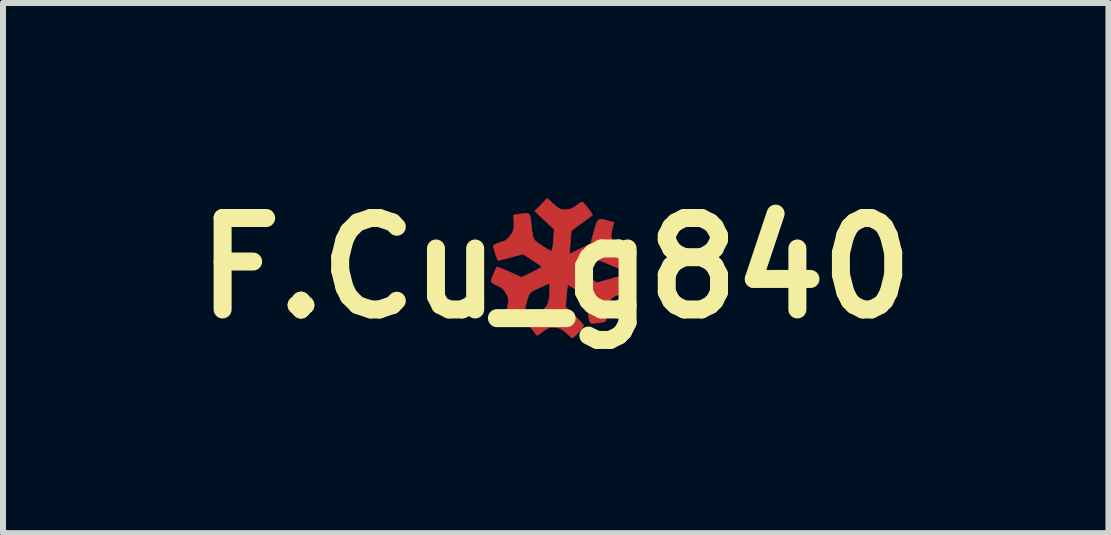
<source format=kicad_pcb>
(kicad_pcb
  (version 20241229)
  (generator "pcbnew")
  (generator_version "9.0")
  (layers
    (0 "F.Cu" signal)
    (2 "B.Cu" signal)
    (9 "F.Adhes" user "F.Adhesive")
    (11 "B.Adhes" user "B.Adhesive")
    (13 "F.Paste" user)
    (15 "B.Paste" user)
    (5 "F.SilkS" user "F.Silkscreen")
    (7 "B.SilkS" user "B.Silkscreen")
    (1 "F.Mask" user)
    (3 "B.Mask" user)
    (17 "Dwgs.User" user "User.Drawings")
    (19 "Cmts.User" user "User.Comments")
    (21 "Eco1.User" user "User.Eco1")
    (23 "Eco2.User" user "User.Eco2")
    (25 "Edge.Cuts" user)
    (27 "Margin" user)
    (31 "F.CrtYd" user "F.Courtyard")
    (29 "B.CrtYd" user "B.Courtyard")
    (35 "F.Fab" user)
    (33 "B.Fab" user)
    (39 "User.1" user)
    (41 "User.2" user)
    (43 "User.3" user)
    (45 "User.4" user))
  (footprint "F.Cu_g840"
    (layer "F.Cu")
    (at 6.212 1.418)
    (property "Reference" "F.Cu_g840" (at 0 0 0) (layer "F.SilkS") (effects (font (size 1.524 1.524) (thickness 0.3))))
    (attr through_hole)
    (fp_poly (pts (xy -0.039 -1.068) (xy 0.02 -1.016) (xy 0.067 -0.987) (xy 0.114 -0.975) (xy 0.16 -0.974) (xy 0.238 -0.982) (xy 0.303 -1.011) (xy 0.339 -1.037) (xy 0.39 -1.075) (xy 0.429 -1.097) (xy 0.44 -1.101) (xy 0.461 -1.086) (xy 0.496 -1.048) (xy 0.537 -0.998) (xy 0.575 -0.946) (xy 0.603 -0.904) (xy 0.612 -0.881) (xy 0.611 -0.88) (xy 0.593 -0.867) (xy 0.549 -0.835) (xy 0.489 -0.791) (xy 0.422 -0.743) (xy 0.357 -0.695) (xy 0.303 -0.656) (xy 0.269 -0.631) (xy 0.262 -0.626) (xy 0.259 -0.606) (xy 0.254 -0.553) (xy 0.247 -0.476) (xy 0.243 -0.428) (xy 0.228 -0.231) (xy 0.406 -0.319) (xy 0.584 -0.407) (xy 0.638 -0.611) (xy 0.665 -0.709) (xy 0.688 -0.771) (xy 0.715 -0.804) (xy 0.755 -0.813) (xy 0.814 -0.803) (xy 0.883 -0.785) (xy 0.97 -0.761) (xy 0.94 -0.648) (xy 0.924 -0.578) (xy 0.922 -0.529) (xy 0.936 -0.479) (xy 0.954 -0.436) (xy 0.989 -0.371) (xy 1.034 -0.326) (xy 1.105 -0.284) (xy 1.107 -0.283) (xy 1.167 -0.253) (xy 1.209 -0.231) (xy 1.223 -0.223) (xy 1.22 -0.201) (xy 1.201 -0.155) (xy 1.175 -0.097) (xy 1.145 -0.041) (xy 1.119 0.003) (xy 1.102 0.021) (xy 1.102 0.021) (xy 1.075 0.013) (xy 1.019 -0.009) (xy 0.944 -0.04) (xy 0.906 -0.056) (xy 0.826 -0.091) (xy 0.76 -0.117) (xy 0.718 -0.131) (xy 0.709 -0.133) (xy 0.681 -0.124) (xy 0.626 -0.101) (xy 0.552 -0.068) (xy 0.521 -0.054) (xy 0.355 0.025) (xy 0.521 0.136) (xy 0.686 0.247) (xy 0.887 0.188) (xy 0.973 0.164) (xy 1.044 0.147) (xy 1.09 0.138) (xy 1.102 0.138) (xy 1.116 0.163) (xy 1.133 0.214) (xy 1.14 0.24) (xy 1.157 0.305) (xy 1.172 0.355) (xy 1.176 0.367) (xy 1.174 0.389) (xy 1.145 0.409) (xy 1.082 0.431) (xy 1.07 0.435) (xy 0.99 0.463) (xy 0.934 0.501) (xy 0.886 0.557) (xy 0.849 0.612) (xy 0.832 0.657) (xy 0.83 0.712) (xy 0.835 0.767) (xy 0.841 0.829) (xy 0.839 0.868) (xy 0.819 0.89) (xy 0.775 0.903) (xy 0.7 0.913) (xy 0.662 0.917) (xy 0.619 0.921) (xy 0.589 0.917) (xy 0.569 0.899) (xy 0.557 0.859) (xy 0.548 0.791) (xy 0.54 0.689) (xy 0.539 0.674) (xy 0.525 0.491) (xy 0.367 0.381) (xy 0.297 0.334) (xy 0.241 0.298) (xy 0.207 0.28) (xy 0.201 0.279) (xy 0.196 0.302) (xy 0.189 0.357) (xy 0.182 0.434) (xy 0.179 0.469) (xy 0.164 0.652) (xy 0.315 0.794) (xy 0.379 0.857) (xy 0.43 0.912) (xy 0.46 0.949) (xy 0.466 0.961) (xy 0.452 0.986) (xy 0.417 1.028) (xy 0.372 1.078) (xy 0.326 1.124) (xy 0.289 1.156) (xy 0.274 1.164) (xy 0.255 1.151) (xy 0.215 1.116) (xy 0.18 1.082) (xy 0.113 1.026) (xy 0.047 0.997) (xy -0.003 0.988) (xy -0.063 0.983) (xy -0.109 0.992) (xy -0.16 1.019) (xy -0.204 1.049) (xy -0.307 1.123) (xy -0.362 1.058) (xy -0.407 1) (xy -0.443 0.944) (xy -0.463 0.901) (xy -0.464 0.882) (xy -0.444 0.867) (xy -0.398 0.833) (xy -0.334 0.786) (xy -0.292 0.756) (xy -0.218 0.7) (xy -0.167 0.656) (xy -0.136 0.612) (xy -0.118 0.557) (xy -0.107 0.482) (xy -0.1 0.376) (xy -0.1 0.376) (xy -0.097 0.31) (xy -0.099 0.266) (xy -0.103 0.254) (xy -0.126 0.262) (xy -0.178 0.285) (xy -0.249 0.317) (xy -0.28 0.331) (xy -0.345 0.362) (xy -0.391 0.386) (xy -0.423 0.411) (xy -0.447 0.446) (xy -0.467 0.497) (xy -0.488 0.572) (xy -0.514 0.679) (xy -0.52 0.705) (xy -0.542 0.783) (xy -0.561 0.825) (xy -0.58 0.838) (xy -0.588 0.837) (xy -0.627 0.825) (xy -0.688 0.808) (xy -0.717 0.801) (xy -0.776 0.786) (xy -0.814 0.775) (xy -0.822 0.772) (xy -0.821 0.75) (xy -0.813 0.699) (xy -0.802 0.643) (xy -0.789 0.569) (xy -0.789 0.519) (xy -0.802 0.472) (xy -0.824 0.426) (xy -0.866 0.361) (xy -0.919 0.317) (xy -0.975 0.29) (xy -1.034 0.26) (xy -1.071 0.232) (xy -1.079 0.219) (xy -1.071 0.189) (xy -1.051 0.136) (xy -1.025 0.073) (xy -0.999 0.016) (xy -0.98 -0.019) (xy -0.959 -0.014) (xy -0.909 0.005) (xy -0.837 0.035) (xy -0.772 0.064) (xy -0.569 0.155) (xy -0.401 0.073) (xy -0.326 0.036) (xy -0.268 0.004) (xy -0.237 -0.016) (xy -0.233 -0.02) (xy -0.25 -0.036) (xy -0.294 -0.069) (xy -0.358 -0.113) (xy -0.39 -0.134) (xy -0.546 -0.235) (xy -0.744 -0.181) (xy -0.83 -0.158) (xy -0.901 -0.14) (xy -0.946 -0.129) (xy -0.957 -0.127) (xy -0.97 -0.145) (xy -0.989 -0.191) (xy -1.009 -0.251) (xy -1.026 -0.312) (xy -1.036 -0.36) (xy -1.037 -0.372) (xy -1.018 -0.392) (xy -0.97 -0.413) (xy -0.927 -0.426) (xy -0.852 -0.452) (xy -0.8 -0.488) (xy -0.754 -0.544) (xy -0.717 -0.603) (xy -0.699 -0.656) (xy -0.695 -0.723) (xy -0.696 -0.758) (xy -0.701 -0.883) (xy -0.621 -0.896) (xy -0.531 -0.91) (xy -0.474 -0.911) (xy -0.441 -0.895) (xy -0.425 -0.857) (xy -0.415 -0.794) (xy -0.415 -0.788) (xy -0.402 -0.669) (xy -0.391 -0.584) (xy -0.38 -0.525) (xy -0.364 -0.484) (xy -0.34 -0.452) (xy -0.304 -0.424) (xy -0.253 -0.389) (xy -0.231 -0.374) (xy -0.162 -0.329) (xy -0.106 -0.297) (xy -0.071 -0.284) (xy -0.066 -0.284) (xy -0.056 -0.309) (xy -0.047 -0.366) (xy -0.038 -0.443) (xy -0.036 -0.471) (xy -0.025 -0.646) (xy -0.187 -0.797) (xy -0.349 -0.949) (xy -0.245 -1.056) (xy -0.141 -1.163) (xy -0.039 -1.068)) (stroke (width 0.01) (type solid)) (fill yes) (layer "F.Cu")))
  (gr_rect
    (start -3 -3)
    (end 15.424 5.836)
    (stroke (width 0.1) (type default))
    (fill no)
    (layer "Edge.Cuts")))
</source>
